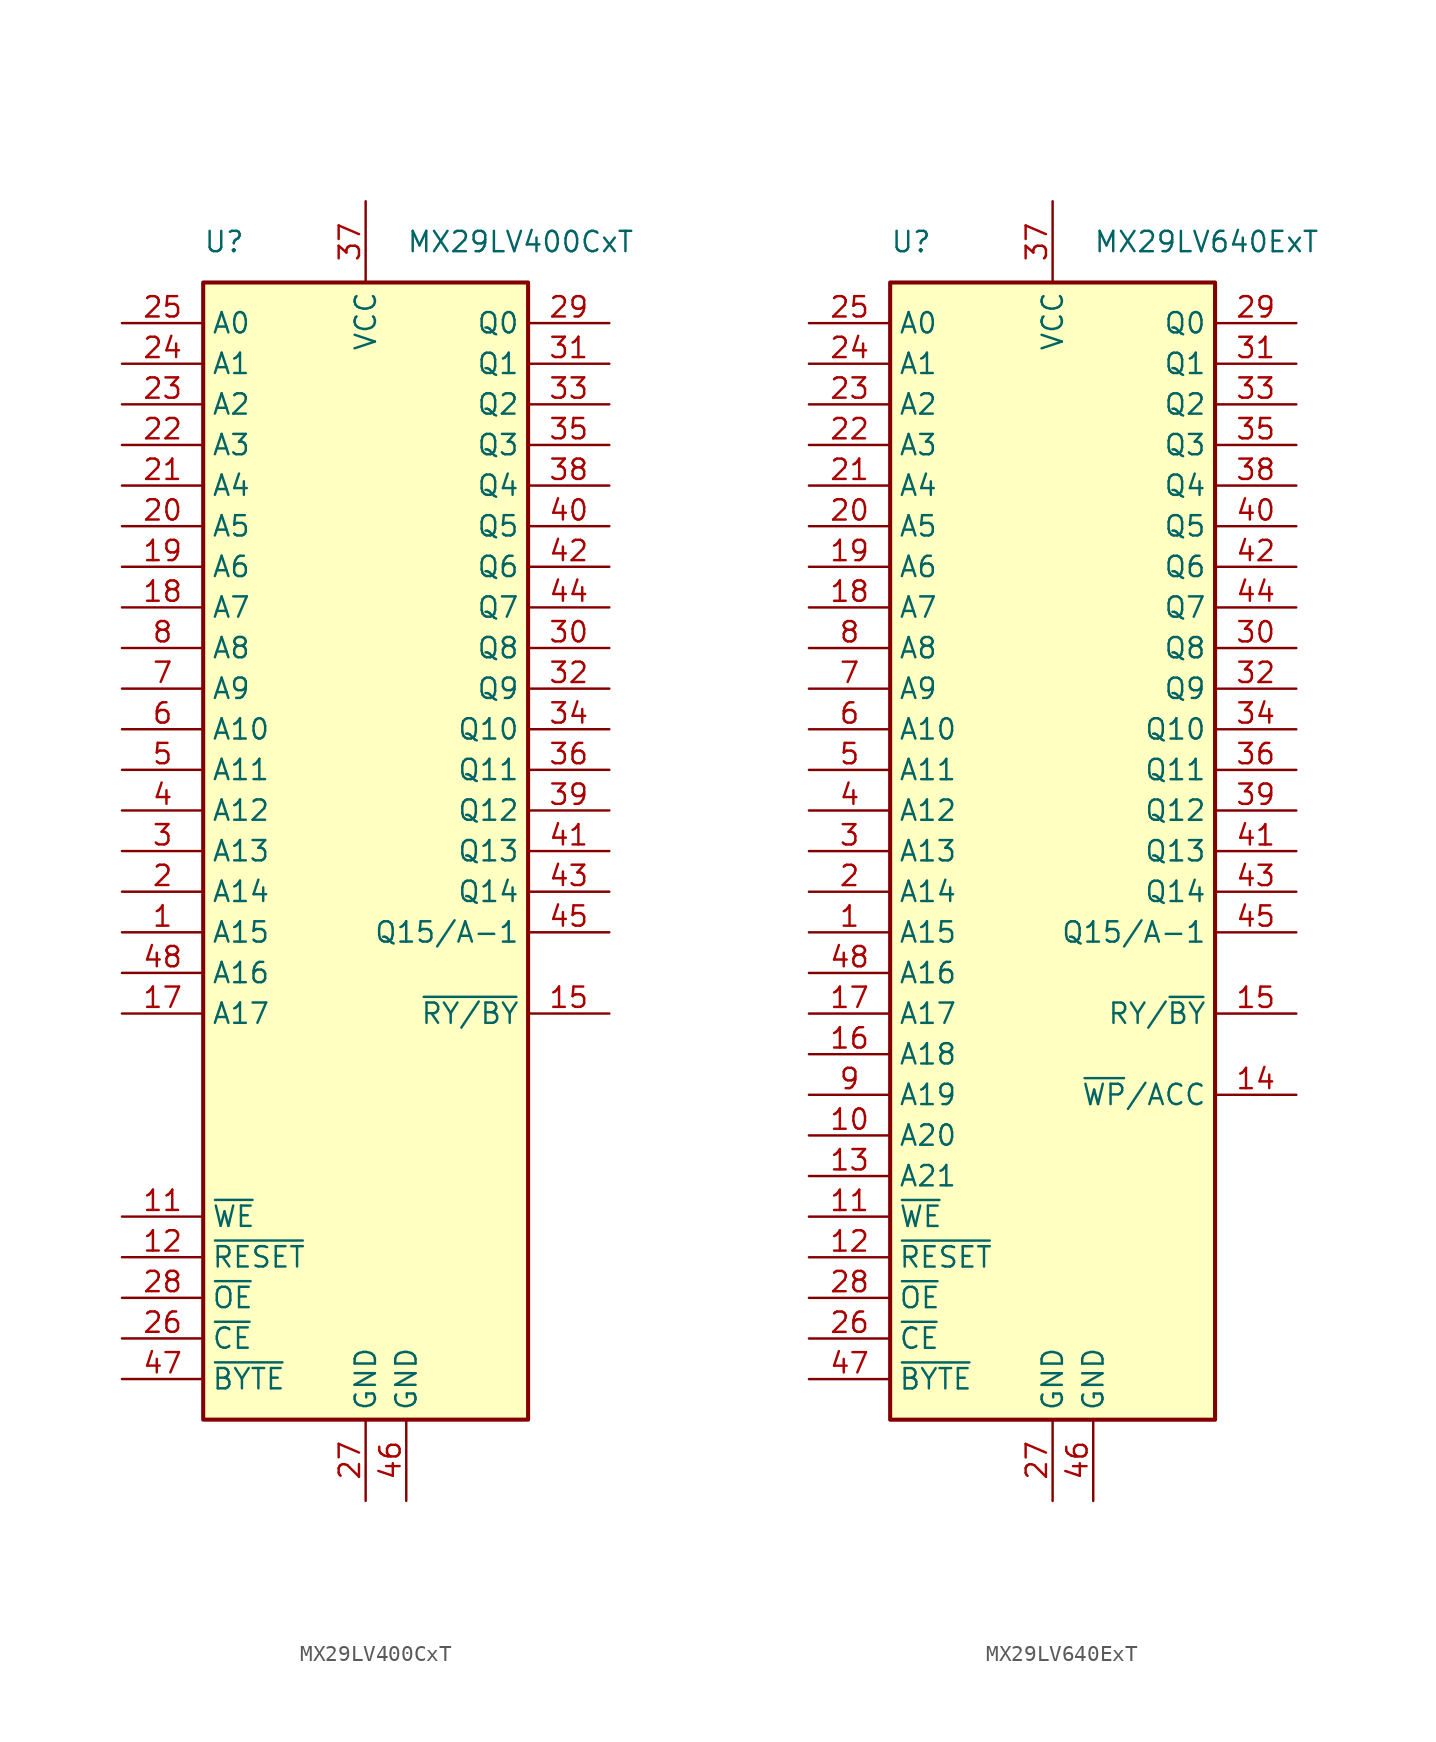
<source format=kicad_sym>
(kicad_symbol_lib
  (version 20241209)
  (generator "kicad_symbol_editor")
  (generator_version "9.0")
  (symbol "MX29LV400CxT"
    (property "Reference" "U"
      (at -10.16 38.1 0)
      (effects (font (size 1.27 1.27)) (justify left)))
    (property "Value" "MX29LV400CxT"
      (at 2.54 38.1 0)
      (effects (font (size 1.27 1.27)) (justify left)))
    (symbol "MX29LV400CxT_0_1"
      (rectangle (start -10.16 35.56) (end 10.16 -35.56) (stroke (width 0.254) (type default)) (fill (type background))))
    (symbol "MX29LV400CxT_1_1"
      (pin input line (at -15.24 33.02 0) (length 5.08) (name "A0" (effects (font (size 1.27 1.27)))) (number "25" (effects (font (size 1.27 1.27)))))
      (pin input line (at -15.24 30.48 0) (length 5.08) (name "A1" (effects (font (size 1.27 1.27)))) (number "24" (effects (font (size 1.27 1.27)))))
      (pin input line (at -15.24 27.94 0) (length 5.08) (name "A2" (effects (font (size 1.27 1.27)))) (number "23" (effects (font (size 1.27 1.27)))))
      (pin input line (at -15.24 25.4 0) (length 5.08) (name "A3" (effects (font (size 1.27 1.27)))) (number "22" (effects (font (size 1.27 1.27)))))
      (pin input line (at -15.24 22.86 0) (length 5.08) (name "A4" (effects (font (size 1.27 1.27)))) (number "21" (effects (font (size 1.27 1.27)))))
      (pin input line (at -15.24 20.32 0) (length 5.08) (name "A5" (effects (font (size 1.27 1.27)))) (number "20" (effects (font (size 1.27 1.27)))))
      (pin input line (at -15.24 17.78 0) (length 5.08) (name "A6" (effects (font (size 1.27 1.27)))) (number "19" (effects (font (size 1.27 1.27)))))
      (pin input line (at -15.24 15.24 0) (length 5.08) (name "A7" (effects (font (size 1.27 1.27)))) (number "18" (effects (font (size 1.27 1.27)))))
      (pin input line (at -15.24 12.7 0) (length 5.08) (name "A8" (effects (font (size 1.27 1.27)))) (number "8" (effects (font (size 1.27 1.27)))))
      (pin input line (at -15.24 10.16 0) (length 5.08) (name "A9" (effects (font (size 1.27 1.27)))) (number "7" (effects (font (size 1.27 1.27)))))
      (pin input line (at -15.24 7.62 0) (length 5.08) (name "A10" (effects (font (size 1.27 1.27)))) (number "6" (effects (font (size 1.27 1.27)))))
      (pin input line (at -15.24 5.08 0) (length 5.08) (name "A11" (effects (font (size 1.27 1.27)))) (number "5" (effects (font (size 1.27 1.27)))))
      (pin input line (at -15.24 2.54 0) (length 5.08) (name "A12" (effects (font (size 1.27 1.27)))) (number "4" (effects (font (size 1.27 1.27)))))
      (pin input line (at -15.24 0 0) (length 5.08) (name "A13" (effects (font (size 1.27 1.27)))) (number "3" (effects (font (size 1.27 1.27)))))
      (pin input line (at -15.24 -2.54 0) (length 5.08) (name "A14" (effects (font (size 1.27 1.27)))) (number "2" (effects (font (size 1.27 1.27)))))
      (pin input line (at -15.24 -5.08 0) (length 5.08) (name "A15" (effects (font (size 1.27 1.27)))) (number "1" (effects (font (size 1.27 1.27)))))
      (pin input line (at -15.24 -7.62 0) (length 5.08) (name "A16" (effects (font (size 1.27 1.27)))) (number "48" (effects (font (size 1.27 1.27)))))
      (pin input line (at -15.24 -10.16 0) (length 5.08) (name "A17" (effects (font (size 1.27 1.27)))) (number "17" (effects (font (size 1.27 1.27)))))
      (pin input line (at -15.24 -22.86 0) (length 5.08) (name "~{WE}" (effects (font (size 1.27 1.27)))) (number "11" (effects (font (size 1.27 1.27)))))
      (pin input line (at -15.24 -25.4 0) (length 5.08) (name "~{RESET}" (effects (font (size 1.27 1.27)))) (number "12" (effects (font (size 1.27 1.27)))))
      (pin input line (at -15.24 -27.94 0) (length 5.08) (name "~{OE}" (effects (font (size 1.27 1.27)))) (number "28" (effects (font (size 1.27 1.27)))))
      (pin input line (at -15.24 -30.48 0) (length 5.08) (name "~{CE}" (effects (font (size 1.27 1.27)))) (number "26" (effects (font (size 1.27 1.27)))))
      (pin input line (at -15.24 -33.02 0) (length 5.08) (name "~{BYTE}" (effects (font (size 1.27 1.27)))) (number "47" (effects (font (size 1.27 1.27)))))
      (pin no_connect line (at -10.16 -12.7 0) (length 5.08) (hide yes) (name "NC" (effects (font (size 1.27 1.27)))) (number "16" (effects (font (size 1.27 1.27)))))
      (pin no_connect line (at -10.16 -15.24 0) (length 5.08) (hide yes) (name "NC" (effects (font (size 1.27 1.27)))) (number "9" (effects (font (size 1.27 1.27)))))
      (pin no_connect line (at -10.16 -17.78 0) (length 5.08) (hide yes) (name "NC" (effects (font (size 1.27 1.27)))) (number "10" (effects (font (size 1.27 1.27)))))
      (pin no_connect line (at -10.16 -20.32 0) (length 5.08) (hide yes) (name "NC" (effects (font (size 1.27 1.27)))) (number "13" (effects (font (size 1.27 1.27)))))
      (pin power_in line (at 0 40.64 270) (length 5.08) (name "VCC" (effects (font (size 1.27 1.27)))) (number "37" (effects (font (size 1.27 1.27)))))
      (pin power_in line (at 0 -40.64 90) (length 5.08) (name "GND" (effects (font (size 1.27 1.27)))) (number "27" (effects (font (size 1.27 1.27)))))
      (pin power_in line (at 2.54 -40.64 90) (length 5.08) (name "GND" (effects (font (size 1.27 1.27)))) (number "46" (effects (font (size 1.27 1.27)))))
      (pin no_connect line (at 10.16 -15.24 180) (length 5.08) (hide yes) (name "NC" (effects (font (size 1.27 1.27)))) (number "14" (effects (font (size 1.27 1.27)))))
      (pin bidirectional line (at 15.24 33.02 180) (length 5.08) (name "Q0" (effects (font (size 1.27 1.27)))) (number "29" (effects (font (size 1.27 1.27)))))
      (pin bidirectional line (at 15.24 30.48 180) (length 5.08) (name "Q1" (effects (font (size 1.27 1.27)))) (number "31" (effects (font (size 1.27 1.27)))))
      (pin bidirectional line (at 15.24 27.94 180) (length 5.08) (name "Q2" (effects (font (size 1.27 1.27)))) (number "33" (effects (font (size 1.27 1.27)))))
      (pin bidirectional line (at 15.24 25.4 180) (length 5.08) (name "Q3" (effects (font (size 1.27 1.27)))) (number "35" (effects (font (size 1.27 1.27)))))
      (pin bidirectional line (at 15.24 22.86 180) (length 5.08) (name "Q4" (effects (font (size 1.27 1.27)))) (number "38" (effects (font (size 1.27 1.27)))))
      (pin bidirectional line (at 15.24 20.32 180) (length 5.08) (name "Q5" (effects (font (size 1.27 1.27)))) (number "40" (effects (font (size 1.27 1.27)))))
      (pin bidirectional line (at 15.24 17.78 180) (length 5.08) (name "Q6" (effects (font (size 1.27 1.27)))) (number "42" (effects (font (size 1.27 1.27)))))
      (pin bidirectional line (at 15.24 15.24 180) (length 5.08) (name "Q7" (effects (font (size 1.27 1.27)))) (number "44" (effects (font (size 1.27 1.27)))))
      (pin bidirectional line (at 15.24 12.7 180) (length 5.08) (name "Q8" (effects (font (size 1.27 1.27)))) (number "30" (effects (font (size 1.27 1.27)))))
      (pin bidirectional line (at 15.24 10.16 180) (length 5.08) (name "Q9" (effects (font (size 1.27 1.27)))) (number "32" (effects (font (size 1.27 1.27)))))
      (pin bidirectional line (at 15.24 7.62 180) (length 5.08) (name "Q10" (effects (font (size 1.27 1.27)))) (number "34" (effects (font (size 1.27 1.27)))))
      (pin bidirectional line (at 15.24 5.08 180) (length 5.08) (name "Q11" (effects (font (size 1.27 1.27)))) (number "36" (effects (font (size 1.27 1.27)))))
      (pin bidirectional line (at 15.24 2.54 180) (length 5.08) (name "Q12" (effects (font (size 1.27 1.27)))) (number "39" (effects (font (size 1.27 1.27)))))
      (pin bidirectional line (at 15.24 0 180) (length 5.08) (name "Q13" (effects (font (size 1.27 1.27)))) (number "41" (effects (font (size 1.27 1.27)))))
      (pin bidirectional line (at 15.24 -2.54 180) (length 5.08) (name "Q14" (effects (font (size 1.27 1.27)))) (number "43" (effects (font (size 1.27 1.27)))))
      (pin bidirectional line (at 15.24 -5.08 180) (length 5.08) (name "Q15/A-1" (effects (font (size 1.27 1.27)))) (number "45" (effects (font (size 1.27 1.27)))))
      (pin output line (at 15.24 -10.16 180) (length 5.08) (name "~{RY/BY}" (effects (font (size 1.27 1.27)))) (number "15" (effects (font (size 1.27 1.27)))))))
  (symbol "MX29LV640ExT"
    (property "Reference" "U"
      (at -10.16 38.1 0)
      (effects (font (size 1.27 1.27)) (justify left)))
    (property "Value" "MX29LV640ExT"
      (at 2.54 38.1 0)
      (effects (font (size 1.27 1.27)) (justify left)))
    (symbol "MX29LV640ExT_1_1"
      (rectangle (start -10.16 35.56) (end 10.16 -35.56) (stroke (width 0.254) (type default)) (fill (type background)))
      (pin input line (at -15.24 33.02 0) (length 5.08) (name "A0" (effects (font (size 1.27 1.27)))) (number "25" (effects (font (size 1.27 1.27)))))
      (pin input line (at -15.24 30.48 0) (length 5.08) (name "A1" (effects (font (size 1.27 1.27)))) (number "24" (effects (font (size 1.27 1.27)))))
      (pin input line (at -15.24 27.94 0) (length 5.08) (name "A2" (effects (font (size 1.27 1.27)))) (number "23" (effects (font (size 1.27 1.27)))))
      (pin input line (at -15.24 25.4 0) (length 5.08) (name "A3" (effects (font (size 1.27 1.27)))) (number "22" (effects (font (size 1.27 1.27)))))
      (pin input line (at -15.24 22.86 0) (length 5.08) (name "A4" (effects (font (size 1.27 1.27)))) (number "21" (effects (font (size 1.27 1.27)))))
      (pin input line (at -15.24 20.32 0) (length 5.08) (name "A5" (effects (font (size 1.27 1.27)))) (number "20" (effects (font (size 1.27 1.27)))))
      (pin input line (at -15.24 17.78 0) (length 5.08) (name "A6" (effects (font (size 1.27 1.27)))) (number "19" (effects (font (size 1.27 1.27)))))
      (pin input line (at -15.24 15.24 0) (length 5.08) (name "A7" (effects (font (size 1.27 1.27)))) (number "18" (effects (font (size 1.27 1.27)))))
      (pin input line (at -15.24 12.7 0) (length 5.08) (name "A8" (effects (font (size 1.27 1.27)))) (number "8" (effects (font (size 1.27 1.27)))))
      (pin input line (at -15.24 10.16 0) (length 5.08) (name "A9" (effects (font (size 1.27 1.27)))) (number "7" (effects (font (size 1.27 1.27)))))
      (pin input line (at -15.24 7.62 0) (length 5.08) (name "A10" (effects (font (size 1.27 1.27)))) (number "6" (effects (font (size 1.27 1.27)))))
      (pin input line (at -15.24 5.08 0) (length 5.08) (name "A11" (effects (font (size 1.27 1.27)))) (number "5" (effects (font (size 1.27 1.27)))))
      (pin input line (at -15.24 2.54 0) (length 5.08) (name "A12" (effects (font (size 1.27 1.27)))) (number "4" (effects (font (size 1.27 1.27)))))
      (pin input line (at -15.24 0 0) (length 5.08) (name "A13" (effects (font (size 1.27 1.27)))) (number "3" (effects (font (size 1.27 1.27)))))
      (pin input line (at -15.24 -2.54 0) (length 5.08) (name "A14" (effects (font (size 1.27 1.27)))) (number "2" (effects (font (size 1.27 1.27)))))
      (pin input line (at -15.24 -5.08 0) (length 5.08) (name "A15" (effects (font (size 1.27 1.27)))) (number "1" (effects (font (size 1.27 1.27)))))
      (pin input line (at -15.24 -7.62 0) (length 5.08) (name "A16" (effects (font (size 1.27 1.27)))) (number "48" (effects (font (size 1.27 1.27)))))
      (pin input line (at -15.24 -10.16 0) (length 5.08) (name "A17" (effects (font (size 1.27 1.27)))) (number "17" (effects (font (size 1.27 1.27)))))
      (pin input line (at -15.24 -12.7 0) (length 5.08) (name "A18" (effects (font (size 1.27 1.27)))) (number "16" (effects (font (size 1.27 1.27)))))
      (pin input line (at -15.24 -15.24 0) (length 5.08) (name "A19" (effects (font (size 1.27 1.27)))) (number "9" (effects (font (size 1.27 1.27)))))
      (pin input line (at -15.24 -17.78 0) (length 5.08) (name "A20" (effects (font (size 1.27 1.27)))) (number "10" (effects (font (size 1.27 1.27)))))
      (pin input line (at -15.24 -20.32 0) (length 5.08) (name "A21" (effects (font (size 1.27 1.27)))) (number "13" (effects (font (size 1.27 1.27)))))
      (pin input line (at -15.24 -22.86 0) (length 5.08) (name "~{WE}" (effects (font (size 1.27 1.27)))) (number "11" (effects (font (size 1.27 1.27)))))
      (pin input line (at -15.24 -25.4 0) (length 5.08) (name "~{RESET}" (effects (font (size 1.27 1.27)))) (number "12" (effects (font (size 1.27 1.27)))))
      (pin input line (at -15.24 -27.94 0) (length 5.08) (name "~{OE}" (effects (font (size 1.27 1.27)))) (number "28" (effects (font (size 1.27 1.27)))))
      (pin input line (at -15.24 -30.48 0) (length 5.08) (name "~{CE}" (effects (font (size 1.27 1.27)))) (number "26" (effects (font (size 1.27 1.27)))))
      (pin input line (at -15.24 -33.02 0) (length 5.08) (name "~{BYTE}" (effects (font (size 1.27 1.27)))) (number "47" (effects (font (size 1.27 1.27)))))
      (pin power_in line (at 0 40.64 270) (length 5.08) (name "VCC" (effects (font (size 1.27 1.27)))) (number "37" (effects (font (size 1.27 1.27)))))
      (pin power_in line (at 0 -40.64 90) (length 5.08) (name "GND" (effects (font (size 1.27 1.27)))) (number "27" (effects (font (size 1.27 1.27)))))
      (pin power_in line (at 2.54 -40.64 90) (length 5.08) (name "GND" (effects (font (size 1.27 1.27)))) (number "46" (effects (font (size 1.27 1.27)))))
      (pin bidirectional line (at 15.24 33.02 180) (length 5.08) (name "Q0" (effects (font (size 1.27 1.27)))) (number "29" (effects (font (size 1.27 1.27)))))
      (pin bidirectional line (at 15.24 30.48 180) (length 5.08) (name "Q1" (effects (font (size 1.27 1.27)))) (number "31" (effects (font (size 1.27 1.27)))))
      (pin bidirectional line (at 15.24 27.94 180) (length 5.08) (name "Q2" (effects (font (size 1.27 1.27)))) (number "33" (effects (font (size 1.27 1.27)))))
      (pin bidirectional line (at 15.24 25.4 180) (length 5.08) (name "Q3" (effects (font (size 1.27 1.27)))) (number "35" (effects (font (size 1.27 1.27)))))
      (pin bidirectional line (at 15.24 22.86 180) (length 5.08) (name "Q4" (effects (font (size 1.27 1.27)))) (number "38" (effects (font (size 1.27 1.27)))))
      (pin bidirectional line (at 15.24 20.32 180) (length 5.08) (name "Q5" (effects (font (size 1.27 1.27)))) (number "40" (effects (font (size 1.27 1.27)))))
      (pin bidirectional line (at 15.24 17.78 180) (length 5.08) (name "Q6" (effects (font (size 1.27 1.27)))) (number "42" (effects (font (size 1.27 1.27)))))
      (pin bidirectional line (at 15.24 15.24 180) (length 5.08) (name "Q7" (effects (font (size 1.27 1.27)))) (number "44" (effects (font (size 1.27 1.27)))))
      (pin bidirectional line (at 15.24 12.7 180) (length 5.08) (name "Q8" (effects (font (size 1.27 1.27)))) (number "30" (effects (font (size 1.27 1.27)))))
      (pin bidirectional line (at 15.24 10.16 180) (length 5.08) (name "Q9" (effects (font (size 1.27 1.27)))) (number "32" (effects (font (size 1.27 1.27)))))
      (pin bidirectional line (at 15.24 7.62 180) (length 5.08) (name "Q10" (effects (font (size 1.27 1.27)))) (number "34" (effects (font (size 1.27 1.27)))))
      (pin bidirectional line (at 15.24 5.08 180) (length 5.08) (name "Q11" (effects (font (size 1.27 1.27)))) (number "36" (effects (font (size 1.27 1.27)))))
      (pin bidirectional line (at 15.24 2.54 180) (length 5.08) (name "Q12" (effects (font (size 1.27 1.27)))) (number "39" (effects (font (size 1.27 1.27)))))
      (pin bidirectional line (at 15.24 0 180) (length 5.08) (name "Q13" (effects (font (size 1.27 1.27)))) (number "41" (effects (font (size 1.27 1.27)))))
      (pin bidirectional line (at 15.24 -2.54 180) (length 5.08) (name "Q14" (effects (font (size 1.27 1.27)))) (number "43" (effects (font (size 1.27 1.27)))))
      (pin bidirectional line (at 15.24 -5.08 180) (length 5.08) (name "Q15/A-1" (effects (font (size 1.27 1.27)))) (number "45" (effects (font (size 1.27 1.27)))))
      (pin open_collector line (at 15.24 -10.16 180) (length 5.08) (name "RY/~{BY}" (effects (font (size 1.27 1.27)))) (number "15" (effects (font (size 1.27 1.27)))))
      (pin input line (at 15.24 -15.24 180) (length 5.08) (name "~{WP}/ACC" (effects (font (size 1.27 1.27)))) (number "14" (effects (font (size 1.27 1.27))))))))
</source>
